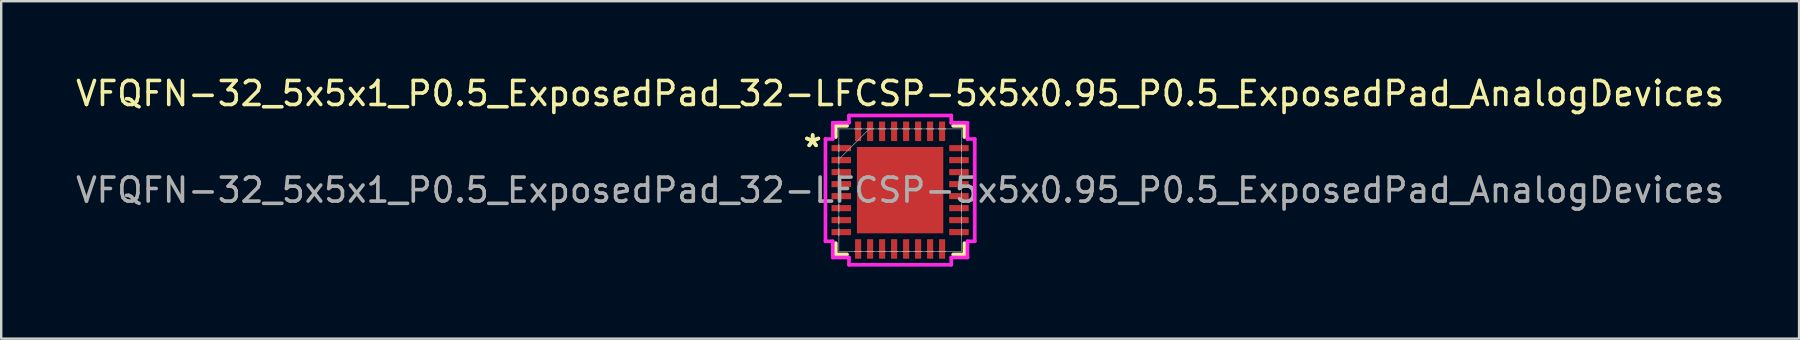
<source format=kicad_pcb>
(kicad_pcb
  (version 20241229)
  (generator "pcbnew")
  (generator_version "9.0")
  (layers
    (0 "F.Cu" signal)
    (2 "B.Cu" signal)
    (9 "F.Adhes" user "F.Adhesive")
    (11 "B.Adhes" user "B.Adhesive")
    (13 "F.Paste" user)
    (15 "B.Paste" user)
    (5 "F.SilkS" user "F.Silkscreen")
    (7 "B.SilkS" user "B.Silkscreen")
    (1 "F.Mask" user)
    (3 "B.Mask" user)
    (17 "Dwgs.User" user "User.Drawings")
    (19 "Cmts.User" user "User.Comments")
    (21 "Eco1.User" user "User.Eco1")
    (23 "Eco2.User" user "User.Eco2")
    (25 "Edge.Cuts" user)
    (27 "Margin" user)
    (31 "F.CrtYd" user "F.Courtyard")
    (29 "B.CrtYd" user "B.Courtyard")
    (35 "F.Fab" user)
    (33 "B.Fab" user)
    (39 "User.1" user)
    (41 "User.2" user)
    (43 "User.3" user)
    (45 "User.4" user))
  (footprint "VFQFN-32_5x5x1_P0.5_ExposedPad_32-LFCSP-5x5x0.95_P0.5_ExposedPad_AnalogDevices"
    (layer "F.Cu")
    (at 34.458 4.873)
    (property "Reference" "VFQFN-32_5x5x1_P0.5_ExposedPad_32-LFCSP-5x5x0.95_P0.5_ExposedPad_AnalogDevices" (at 0 -4.025 0) (unlocked yes) (layer "F.SilkS") (effects (font (size 1 1) (thickness 0.15))))
    (attr smd)
    (fp_line (start -2.68 -2.68) (end -2.68 -2.21) (stroke (width 0.152) (type solid)) (layer "F.SilkS"))
    (fp_line (start -2.68 2.21) (end -2.68 2.68) (stroke (width 0.152) (type solid)) (layer "F.SilkS"))
    (fp_line (start -2.68 2.68) (end -2.21 2.68) (stroke (width 0.152) (type solid)) (layer "F.SilkS"))
    (fp_line (start -2.21 -2.68) (end -2.68 -2.68) (stroke (width 0.152) (type solid)) (layer "F.SilkS"))
    (fp_line (start 2.21 2.68) (end 2.68 2.68) (stroke (width 0.152) (type solid)) (layer "F.SilkS"))
    (fp_line (start 2.68 -2.68) (end 2.21 -2.68) (stroke (width 0.152) (type solid)) (layer "F.SilkS"))
    (fp_line (start 2.68 -2.21) (end 2.68 -2.68) (stroke (width 0.152) (type solid)) (layer "F.SilkS"))
    (fp_line (start 2.68 2.68) (end 2.68 2.21) (stroke (width 0.152) (type solid)) (layer "F.SilkS"))
    (fp_line (start -3.111 -2.131) (end -2.807 -2.131) (stroke (width 0.152) (type solid)) (layer "F.CrtYd"))
    (fp_line (start -3.111 2.131) (end -3.111 -2.131) (stroke (width 0.152) (type solid)) (layer "F.CrtYd"))
    (fp_line (start -2.807 -2.807) (end -2.131 -2.807) (stroke (width 0.152) (type solid)) (layer "F.CrtYd"))
    (fp_line (start -2.807 -2.131) (end -2.807 -2.807) (stroke (width 0.152) (type solid)) (layer "F.CrtYd"))
    (fp_line (start -2.807 2.131) (end -3.111 2.131) (stroke (width 0.152) (type solid)) (layer "F.CrtYd"))
    (fp_line (start -2.807 2.807) (end -2.807 2.131) (stroke (width 0.152) (type solid)) (layer "F.CrtYd"))
    (fp_line (start -2.131 -3.111) (end 2.131 -3.111) (stroke (width 0.152) (type solid)) (layer "F.CrtYd"))
    (fp_line (start -2.131 -2.807) (end -2.131 -3.111) (stroke (width 0.152) (type solid)) (layer "F.CrtYd"))
    (fp_line (start -2.131 2.807) (end -2.807 2.807) (stroke (width 0.152) (type solid)) (layer "F.CrtYd"))
    (fp_line (start -2.131 3.111) (end -2.131 2.807) (stroke (width 0.152) (type solid)) (layer "F.CrtYd"))
    (fp_line (start 2.131 -3.111) (end 2.131 -2.807) (stroke (width 0.152) (type solid)) (layer "F.CrtYd"))
    (fp_line (start 2.131 -2.807) (end 2.807 -2.807) (stroke (width 0.152) (type solid)) (layer "F.CrtYd"))
    (fp_line (start 2.131 2.807) (end 2.131 3.111) (stroke (width 0.152) (type solid)) (layer "F.CrtYd"))
    (fp_line (start 2.131 3.111) (end -2.131 3.111) (stroke (width 0.152) (type solid)) (layer "F.CrtYd"))
    (fp_line (start 2.807 -2.807) (end 2.807 -2.131) (stroke (width 0.152) (type solid)) (layer "F.CrtYd"))
    (fp_line (start 2.807 -2.131) (end 3.111 -2.131) (stroke (width 0.152) (type solid)) (layer "F.CrtYd"))
    (fp_line (start 2.807 2.131) (end 2.807 2.807) (stroke (width 0.152) (type solid)) (layer "F.CrtYd"))
    (fp_line (start 2.807 2.807) (end 2.131 2.807) (stroke (width 0.152) (type solid)) (layer "F.CrtYd"))
    (fp_line (start 3.111 -2.131) (end 3.111 2.131) (stroke (width 0.152) (type solid)) (layer "F.CrtYd"))
    (fp_line (start 3.111 2.131) (end 2.807 2.131) (stroke (width 0.152) (type solid)) (layer "F.CrtYd"))
    (fp_line (start -2.553 -2.553) (end -2.553 2.553) (stroke (width 0.025) (type solid)) (layer "F.Fab"))
    (fp_line (start -2.553 -1.902) (end -2.553 -1.902) (stroke (width 0.025) (type solid)) (layer "F.Fab"))
    (fp_line (start -2.553 -1.902) (end -2.553 -1.598) (stroke (width 0.025) (type solid)) (layer "F.Fab"))
    (fp_line (start -2.553 -1.598) (end -2.553 -1.902) (stroke (width 0.025) (type solid)) (layer "F.Fab"))
    (fp_line (start -2.553 -1.598) (end -2.553 -1.598) (stroke (width 0.025) (type solid)) (layer "F.Fab"))
    (fp_line (start -2.553 -1.402) (end -2.553 -1.402) (stroke (width 0.025) (type solid)) (layer "F.Fab"))
    (fp_line (start -2.553 -1.402) (end -2.553 -1.098) (stroke (width 0.025) (type solid)) (layer "F.Fab"))
    (fp_line (start -2.553 -1.283) (end -1.283 -2.553) (stroke (width 0.025) (type solid)) (layer "F.Fab"))
    (fp_line (start -2.553 -1.098) (end -2.553 -1.402) (stroke (width 0.025) (type solid)) (layer "F.Fab"))
    (fp_line (start -2.553 -1.098) (end -2.553 -1.098) (stroke (width 0.025) (type solid)) (layer "F.Fab"))
    (fp_line (start -2.553 -0.902) (end -2.553 -0.902) (stroke (width 0.025) (type solid)) (layer "F.Fab"))
    (fp_line (start -2.553 -0.902) (end -2.553 -0.598) (stroke (width 0.025) (type solid)) (layer "F.Fab"))
    (fp_line (start -2.553 -0.598) (end -2.553 -0.902) (stroke (width 0.025) (type solid)) (layer "F.Fab"))
    (fp_line (start -2.553 -0.598) (end -2.553 -0.598) (stroke (width 0.025) (type solid)) (layer "F.Fab"))
    (fp_line (start -2.553 -0.402) (end -2.553 -0.402) (stroke (width 0.025) (type solid)) (layer "F.Fab"))
    (fp_line (start -2.553 -0.402) (end -2.553 -0.098) (stroke (width 0.025) (type solid)) (layer "F.Fab"))
    (fp_line (start -2.553 -0.098) (end -2.553 -0.402) (stroke (width 0.025) (type solid)) (layer "F.Fab"))
    (fp_line (start -2.553 -0.098) (end -2.553 -0.098) (stroke (width 0.025) (type solid)) (layer "F.Fab"))
    (fp_line (start -2.553 0.098) (end -2.553 0.098) (stroke (width 0.025) (type solid)) (layer "F.Fab"))
    (fp_line (start -2.553 0.098) (end -2.553 0.402) (stroke (width 0.025) (type solid)) (layer "F.Fab"))
    (fp_line (start -2.553 0.402) (end -2.553 0.098) (stroke (width 0.025) (type solid)) (layer "F.Fab"))
    (fp_line (start -2.553 0.402) (end -2.553 0.402) (stroke (width 0.025) (type solid)) (layer "F.Fab"))
    (fp_line (start -2.553 0.598) (end -2.553 0.598) (stroke (width 0.025) (type solid)) (layer "F.Fab"))
    (fp_line (start -2.553 0.598) (end -2.553 0.902) (stroke (width 0.025) (type solid)) (layer "F.Fab"))
    (fp_line (start -2.553 0.902) (end -2.553 0.598) (stroke (width 0.025) (type solid)) (layer "F.Fab"))
    (fp_line (start -2.553 0.902) (end -2.553 0.902) (stroke (width 0.025) (type solid)) (layer "F.Fab"))
    (fp_line (start -2.553 1.098) (end -2.553 1.098) (stroke (width 0.025) (type solid)) (layer "F.Fab"))
    (fp_line (start -2.553 1.098) (end -2.553 1.402) (stroke (width 0.025) (type solid)) (layer "F.Fab"))
    (fp_line (start -2.553 1.402) (end -2.553 1.098) (stroke (width 0.025) (type solid)) (layer "F.Fab"))
    (fp_line (start -2.553 1.402) (end -2.553 1.402) (stroke (width 0.025) (type solid)) (layer "F.Fab"))
    (fp_line (start -2.553 1.598) (end -2.553 1.598) (stroke (width 0.025) (type solid)) (layer "F.Fab"))
    (fp_line (start -2.553 1.598) (end -2.553 1.902) (stroke (width 0.025) (type solid)) (layer "F.Fab"))
    (fp_line (start -2.553 1.902) (end -2.553 1.598) (stroke (width 0.025) (type solid)) (layer "F.Fab"))
    (fp_line (start -2.553 1.902) (end -2.553 1.902) (stroke (width 0.025) (type solid)) (layer "F.Fab"))
    (fp_line (start -2.553 2.553) (end 2.553 2.553) (stroke (width 0.025) (type solid)) (layer "F.Fab"))
    (fp_line (start -1.902 -2.553) (end -1.902 -2.553) (stroke (width 0.025) (type solid)) (layer "F.Fab"))
    (fp_line (start -1.902 -2.553) (end -1.598 -2.553) (stroke (width 0.025) (type solid)) (layer "F.Fab"))
    (fp_line (start -1.902 2.553) (end -1.902 2.553) (stroke (width 0.025) (type solid)) (layer "F.Fab"))
    (fp_line (start -1.902 2.553) (end -1.598 2.553) (stroke (width 0.025) (type solid)) (layer "F.Fab"))
    (fp_line (start -1.598 -2.553) (end -1.902 -2.553) (stroke (width 0.025) (type solid)) (layer "F.Fab"))
    (fp_line (start -1.598 -2.553) (end -1.598 -2.553) (stroke (width 0.025) (type solid)) (layer "F.Fab"))
    (fp_line (start -1.598 2.553) (end -1.902 2.553) (stroke (width 0.025) (type solid)) (layer "F.Fab"))
    (fp_line (start -1.598 2.553) (end -1.598 2.553) (stroke (width 0.025) (type solid)) (layer "F.Fab"))
    (fp_line (start -1.402 -2.553) (end -1.402 -2.553) (stroke (width 0.025) (type solid)) (layer "F.Fab"))
    (fp_line (start -1.402 -2.553) (end -1.098 -2.553) (stroke (width 0.025) (type solid)) (layer "F.Fab"))
    (fp_line (start -1.402 2.553) (end -1.402 2.553) (stroke (width 0.025) (type solid)) (layer "F.Fab"))
    (fp_line (start -1.402 2.553) (end -1.098 2.553) (stroke (width 0.025) (type solid)) (layer "F.Fab"))
    (fp_line (start -1.098 -2.553) (end -1.402 -2.553) (stroke (width 0.025) (type solid)) (layer "F.Fab"))
    (fp_line (start -1.098 -2.553) (end -1.098 -2.553) (stroke (width 0.025) (type solid)) (layer "F.Fab"))
    (fp_line (start -1.098 2.553) (end -1.402 2.553) (stroke (width 0.025) (type solid)) (layer "F.Fab"))
    (fp_line (start -1.098 2.553) (end -1.098 2.553) (stroke (width 0.025) (type solid)) (layer "F.Fab"))
    (fp_line (start -0.902 -2.553) (end -0.902 -2.553) (stroke (width 0.025) (type solid)) (layer "F.Fab"))
    (fp_line (start -0.902 -2.553) (end -0.598 -2.553) (stroke (width 0.025) (type solid)) (layer "F.Fab"))
    (fp_line (start -0.902 2.553) (end -0.902 2.553) (stroke (width 0.025) (type solid)) (layer "F.Fab"))
    (fp_line (start -0.902 2.553) (end -0.598 2.553) (stroke (width 0.025) (type solid)) (layer "F.Fab"))
    (fp_line (start -0.598 -2.553) (end -0.902 -2.553) (stroke (width 0.025) (type solid)) (layer "F.Fab"))
    (fp_line (start -0.598 -2.553) (end -0.598 -2.553) (stroke (width 0.025) (type solid)) (layer "F.Fab"))
    (fp_line (start -0.598 2.553) (end -0.902 2.553) (stroke (width 0.025) (type solid)) (layer "F.Fab"))
    (fp_line (start -0.598 2.553) (end -0.598 2.553) (stroke (width 0.025) (type solid)) (layer "F.Fab"))
    (fp_line (start -0.402 -2.553) (end -0.402 -2.553) (stroke (width 0.025) (type solid)) (layer "F.Fab"))
    (fp_line (start -0.402 -2.553) (end -0.098 -2.553) (stroke (width 0.025) (type solid)) (layer "F.Fab"))
    (fp_line (start -0.402 2.553) (end -0.402 2.553) (stroke (width 0.025) (type solid)) (layer "F.Fab"))
    (fp_line (start -0.402 2.553) (end -0.098 2.553) (stroke (width 0.025) (type solid)) (layer "F.Fab"))
    (fp_line (start -0.098 -2.553) (end -0.402 -2.553) (stroke (width 0.025) (type solid)) (layer "F.Fab"))
    (fp_line (start -0.098 -2.553) (end -0.098 -2.553) (stroke (width 0.025) (type solid)) (layer "F.Fab"))
    (fp_line (start -0.098 2.553) (end -0.402 2.553) (stroke (width 0.025) (type solid)) (layer "F.Fab"))
    (fp_line (start -0.098 2.553) (end -0.098 2.553) (stroke (width 0.025) (type solid)) (layer "F.Fab"))
    (fp_line (start 0.098 -2.553) (end 0.098 -2.553) (stroke (width 0.025) (type solid)) (layer "F.Fab"))
    (fp_line (start 0.098 -2.553) (end 0.402 -2.553) (stroke (width 0.025) (type solid)) (layer "F.Fab"))
    (fp_line (start 0.098 2.553) (end 0.098 2.553) (stroke (width 0.025) (type solid)) (layer "F.Fab"))
    (fp_line (start 0.098 2.553) (end 0.402 2.553) (stroke (width 0.025) (type solid)) (layer "F.Fab"))
    (fp_line (start 0.402 -2.553) (end 0.098 -2.553) (stroke (width 0.025) (type solid)) (layer "F.Fab"))
    (fp_line (start 0.402 -2.553) (end 0.402 -2.553) (stroke (width 0.025) (type solid)) (layer "F.Fab"))
    (fp_line (start 0.402 2.553) (end 0.098 2.553) (stroke (width 0.025) (type solid)) (layer "F.Fab"))
    (fp_line (start 0.402 2.553) (end 0.402 2.553) (stroke (width 0.025) (type solid)) (layer "F.Fab"))
    (fp_line (start 0.598 -2.553) (end 0.598 -2.553) (stroke (width 0.025) (type solid)) (layer "F.Fab"))
    (fp_line (start 0.598 -2.553) (end 0.902 -2.553) (stroke (width 0.025) (type solid)) (layer "F.Fab"))
    (fp_line (start 0.598 2.553) (end 0.598 2.553) (stroke (width 0.025) (type solid)) (layer "F.Fab"))
    (fp_line (start 0.598 2.553) (end 0.902 2.553) (stroke (width 0.025) (type solid)) (layer "F.Fab"))
    (fp_line (start 0.902 -2.553) (end 0.598 -2.553) (stroke (width 0.025) (type solid)) (layer "F.Fab"))
    (fp_line (start 0.902 -2.553) (end 0.902 -2.553) (stroke (width 0.025) (type solid)) (layer "F.Fab"))
    (fp_line (start 0.902 2.553) (end 0.598 2.553) (stroke (width 0.025) (type solid)) (layer "F.Fab"))
    (fp_line (start 0.902 2.553) (end 0.902 2.553) (stroke (width 0.025) (type solid)) (layer "F.Fab"))
    (fp_line (start 1.098 -2.553) (end 1.098 -2.553) (stroke (width 0.025) (type solid)) (layer "F.Fab"))
    (fp_line (start 1.098 -2.553) (end 1.402 -2.553) (stroke (width 0.025) (type solid)) (layer "F.Fab"))
    (fp_line (start 1.098 2.553) (end 1.098 2.553) (stroke (width 0.025) (type solid)) (layer "F.Fab"))
    (fp_line (start 1.098 2.553) (end 1.402 2.553) (stroke (width 0.025) (type solid)) (layer "F.Fab"))
    (fp_line (start 1.402 -2.553) (end 1.098 -2.553) (stroke (width 0.025) (type solid)) (layer "F.Fab"))
    (fp_line (start 1.402 -2.553) (end 1.402 -2.553) (stroke (width 0.025) (type solid)) (layer "F.Fab"))
    (fp_line (start 1.402 2.553) (end 1.098 2.553) (stroke (width 0.025) (type solid)) (layer "F.Fab"))
    (fp_line (start 1.402 2.553) (end 1.402 2.553) (stroke (width 0.025) (type solid)) (layer "F.Fab"))
    (fp_line (start 1.598 -2.553) (end 1.598 -2.553) (stroke (width 0.025) (type solid)) (layer "F.Fab"))
    (fp_line (start 1.598 -2.553) (end 1.902 -2.553) (stroke (width 0.025) (type solid)) (layer "F.Fab"))
    (fp_line (start 1.598 2.553) (end 1.598 2.553) (stroke (width 0.025) (type solid)) (layer "F.Fab"))
    (fp_line (start 1.598 2.553) (end 1.902 2.553) (stroke (width 0.025) (type solid)) (layer "F.Fab"))
    (fp_line (start 1.902 -2.553) (end 1.598 -2.553) (stroke (width 0.025) (type solid)) (layer "F.Fab"))
    (fp_line (start 1.902 -2.553) (end 1.902 -2.553) (stroke (width 0.025) (type solid)) (layer "F.Fab"))
    (fp_line (start 1.902 2.553) (end 1.598 2.553) (stroke (width 0.025) (type solid)) (layer "F.Fab"))
    (fp_line (start 1.902 2.553) (end 1.902 2.553) (stroke (width 0.025) (type solid)) (layer "F.Fab"))
    (fp_line (start 2.553 -2.553) (end -2.553 -2.553) (stroke (width 0.025) (type solid)) (layer "F.Fab"))
    (fp_line (start 2.553 -1.902) (end 2.553 -1.902) (stroke (width 0.025) (type solid)) (layer "F.Fab"))
    (fp_line (start 2.553 -1.902) (end 2.553 -1.598) (stroke (width 0.025) (type solid)) (layer "F.Fab"))
    (fp_line (start 2.553 -1.598) (end 2.553 -1.902) (stroke (width 0.025) (type solid)) (layer "F.Fab"))
    (fp_line (start 2.553 -1.598) (end 2.553 -1.598) (stroke (width 0.025) (type solid)) (layer "F.Fab"))
    (fp_line (start 2.553 -1.402) (end 2.553 -1.402) (stroke (width 0.025) (type solid)) (layer "F.Fab"))
    (fp_line (start 2.553 -1.402) (end 2.553 -1.098) (stroke (width 0.025) (type solid)) (layer "F.Fab"))
    (fp_line (start 2.553 -1.098) (end 2.553 -1.402) (stroke (width 0.025) (type solid)) (layer "F.Fab"))
    (fp_line (start 2.553 -1.098) (end 2.553 -1.098) (stroke (width 0.025) (type solid)) (layer "F.Fab"))
    (fp_line (start 2.553 -0.902) (end 2.553 -0.902) (stroke (width 0.025) (type solid)) (layer "F.Fab"))
    (fp_line (start 2.553 -0.902) (end 2.553 -0.598) (stroke (width 0.025) (type solid)) (layer "F.Fab"))
    (fp_line (start 2.553 -0.598) (end 2.553 -0.902) (stroke (width 0.025) (type solid)) (layer "F.Fab"))
    (fp_line (start 2.553 -0.598) (end 2.553 -0.598) (stroke (width 0.025) (type solid)) (layer "F.Fab"))
    (fp_line (start 2.553 -0.402) (end 2.553 -0.402) (stroke (width 0.025) (type solid)) (layer "F.Fab"))
    (fp_line (start 2.553 -0.402) (end 2.553 -0.098) (stroke (width 0.025) (type solid)) (layer "F.Fab"))
    (fp_line (start 2.553 -0.098) (end 2.553 -0.402) (stroke (width 0.025) (type solid)) (layer "F.Fab"))
    (fp_line (start 2.553 -0.098) (end 2.553 -0.098) (stroke (width 0.025) (type solid)) (layer "F.Fab"))
    (fp_line (start 2.553 0.098) (end 2.553 0.098) (stroke (width 0.025) (type solid)) (layer "F.Fab"))
    (fp_line (start 2.553 0.098) (end 2.553 0.402) (stroke (width 0.025) (type solid)) (layer "F.Fab"))
    (fp_line (start 2.553 0.402) (end 2.553 0.098) (stroke (width 0.025) (type solid)) (layer "F.Fab"))
    (fp_line (start 2.553 0.402) (end 2.553 0.402) (stroke (width 0.025) (type solid)) (layer "F.Fab"))
    (fp_line (start 2.553 0.598) (end 2.553 0.598) (stroke (width 0.025) (type solid)) (layer "F.Fab"))
    (fp_line (start 2.553 0.598) (end 2.553 0.902) (stroke (width 0.025) (type solid)) (layer "F.Fab"))
    (fp_line (start 2.553 0.902) (end 2.553 0.598) (stroke (width 0.025) (type solid)) (layer "F.Fab"))
    (fp_line (start 2.553 0.902) (end 2.553 0.902) (stroke (width 0.025) (type solid)) (layer "F.Fab"))
    (fp_line (start 2.553 1.098) (end 2.553 1.098) (stroke (width 0.025) (type solid)) (layer "F.Fab"))
    (fp_line (start 2.553 1.098) (end 2.553 1.402) (stroke (width 0.025) (type solid)) (layer "F.Fab"))
    (fp_line (start 2.553 1.402) (end 2.553 1.098) (stroke (width 0.025) (type solid)) (layer "F.Fab"))
    (fp_line (start 2.553 1.402) (end 2.553 1.402) (stroke (width 0.025) (type solid)) (layer "F.Fab"))
    (fp_line (start 2.553 1.598) (end 2.553 1.598) (stroke (width 0.025) (type solid)) (layer "F.Fab"))
    (fp_line (start 2.553 1.598) (end 2.553 1.902) (stroke (width 0.025) (type solid)) (layer "F.Fab"))
    (fp_line (start 2.553 1.902) (end 2.553 1.598) (stroke (width 0.025) (type solid)) (layer "F.Fab"))
    (fp_line (start 2.553 1.902) (end 2.553 1.902) (stroke (width 0.025) (type solid)) (layer "F.Fab"))
    (fp_line (start 2.553 2.553) (end 2.553 -2.553) (stroke (width 0.025) (type solid)) (layer "F.Fab"))
    (fp_text user "*" (at -3.645 -1.75 0) (layer "F.SilkS") (effects (font (size 1 1) (thickness 0.15))))
    (fp_text user "*" (at -3.645 -1.75 0) (unlocked yes) (layer "F.SilkS") (effects (font (size 1 1) (thickness 0.15))))
    (fp_text user "${REFERENCE}" (at 0 0 0) (unlocked yes) (layer "F.Fab") (effects (font (size 1 1) (thickness 0.15))))
    (pad "1" smd rect (at -2.451 -1.75 90) (size 0.254 0.813) (layers "F.Cu" "F.Mask" "F.Paste"))
    (pad "2" smd rect (at -2.451 -1.25 90) (size 0.254 0.813) (layers "F.Cu" "F.Mask" "F.Paste"))
    (pad "3" smd rect (at -2.451 -0.75 90) (size 0.254 0.813) (layers "F.Cu" "F.Mask" "F.Paste"))
    (pad "4" smd rect (at -2.451 -0.25 90) (size 0.254 0.813) (layers "F.Cu" "F.Mask" "F.Paste"))
    (pad "5" smd rect (at -2.451 0.25 90) (size 0.254 0.813) (layers "F.Cu" "F.Mask" "F.Paste"))
    (pad "6" smd rect (at -2.451 0.75 90) (size 0.254 0.813) (layers "F.Cu" "F.Mask" "F.Paste"))
    (pad "7" smd rect (at -2.451 1.25 90) (size 0.254 0.813) (layers "F.Cu" "F.Mask" "F.Paste"))
    (pad "8" smd rect (at -2.451 1.75 90) (size 0.254 0.813) (layers "F.Cu" "F.Mask" "F.Paste"))
    (pad "9" smd rect (at -1.75 2.451) (size 0.254 0.813) (layers "F.Cu" "F.Mask" "F.Paste"))
    (pad "10" smd rect (at -1.25 2.451) (size 0.254 0.813) (layers "F.Cu" "F.Mask" "F.Paste"))
    (pad "11" smd rect (at -0.75 2.451) (size 0.254 0.813) (layers "F.Cu" "F.Mask" "F.Paste"))
    (pad "12" smd rect (at -0.25 2.451) (size 0.254 0.813) (layers "F.Cu" "F.Mask" "F.Paste"))
    (pad "13" smd rect (at 0.25 2.451) (size 0.254 0.813) (layers "F.Cu" "F.Mask" "F.Paste"))
    (pad "14" smd rect (at 0.75 2.451) (size 0.254 0.813) (layers "F.Cu" "F.Mask" "F.Paste"))
    (pad "15" smd rect (at 1.25 2.451) (size 0.254 0.813) (layers "F.Cu" "F.Mask" "F.Paste"))
    (pad "16" smd rect (at 1.75 2.451) (size 0.254 0.813) (layers "F.Cu" "F.Mask" "F.Paste"))
    (pad "17" smd rect (at 2.451 1.75 90) (size 0.254 0.813) (layers "F.Cu" "F.Mask" "F.Paste"))
    (pad "18" smd rect (at 2.451 1.25 90) (size 0.254 0.813) (layers "F.Cu" "F.Mask" "F.Paste"))
    (pad "19" smd rect (at 2.451 0.75 90) (size 0.254 0.813) (layers "F.Cu" "F.Mask" "F.Paste"))
    (pad "20" smd rect (at 2.451 0.25 90) (size 0.254 0.813) (layers "F.Cu" "F.Mask" "F.Paste"))
    (pad "21" smd rect (at 2.451 -0.25 90) (size 0.254 0.813) (layers "F.Cu" "F.Mask" "F.Paste"))
    (pad "22" smd rect (at 2.451 -0.75 90) (size 0.254 0.813) (layers "F.Cu" "F.Mask" "F.Paste"))
    (pad "23" smd rect (at 2.451 -1.25 90) (size 0.254 0.813) (layers "F.Cu" "F.Mask" "F.Paste"))
    (pad "24" smd rect (at 2.451 -1.75 90) (size 0.254 0.813) (layers "F.Cu" "F.Mask" "F.Paste"))
    (pad "25" smd rect (at 1.75 -2.451) (size 0.254 0.813) (layers "F.Cu" "F.Mask" "F.Paste"))
    (pad "26" smd rect (at 1.25 -2.451) (size 0.254 0.813) (layers "F.Cu" "F.Mask" "F.Paste"))
    (pad "27" smd rect (at 0.75 -2.451) (size 0.254 0.813) (layers "F.Cu" "F.Mask" "F.Paste"))
    (pad "28" smd rect (at 0.25 -2.451) (size 0.254 0.813) (layers "F.Cu" "F.Mask" "F.Paste"))
    (pad "29" smd rect (at -0.25 -2.451) (size 0.254 0.813) (layers "F.Cu" "F.Mask" "F.Paste"))
    (pad "30" smd rect (at -0.75 -2.451) (size 0.254 0.813) (layers "F.Cu" "F.Mask" "F.Paste"))
    (pad "31" smd rect (at -1.25 -2.451) (size 0.254 0.813) (layers "F.Cu" "F.Mask" "F.Paste"))
    (pad "32" smd rect (at -1.75 -2.451) (size 0.254 0.813) (layers "F.Cu" "F.Mask" "F.Paste"))
    (pad "33" smd rect (at 0 0) (size 3.6 3.6) (layers "F.Cu" "F.Mask" "F.Paste")))
  (gr_rect
    (start -3 -3)
    (end 71.917 11.061)
    (stroke (width 0.1) (type default))
    (fill no)
    (layer "Edge.Cuts")))
</source>
